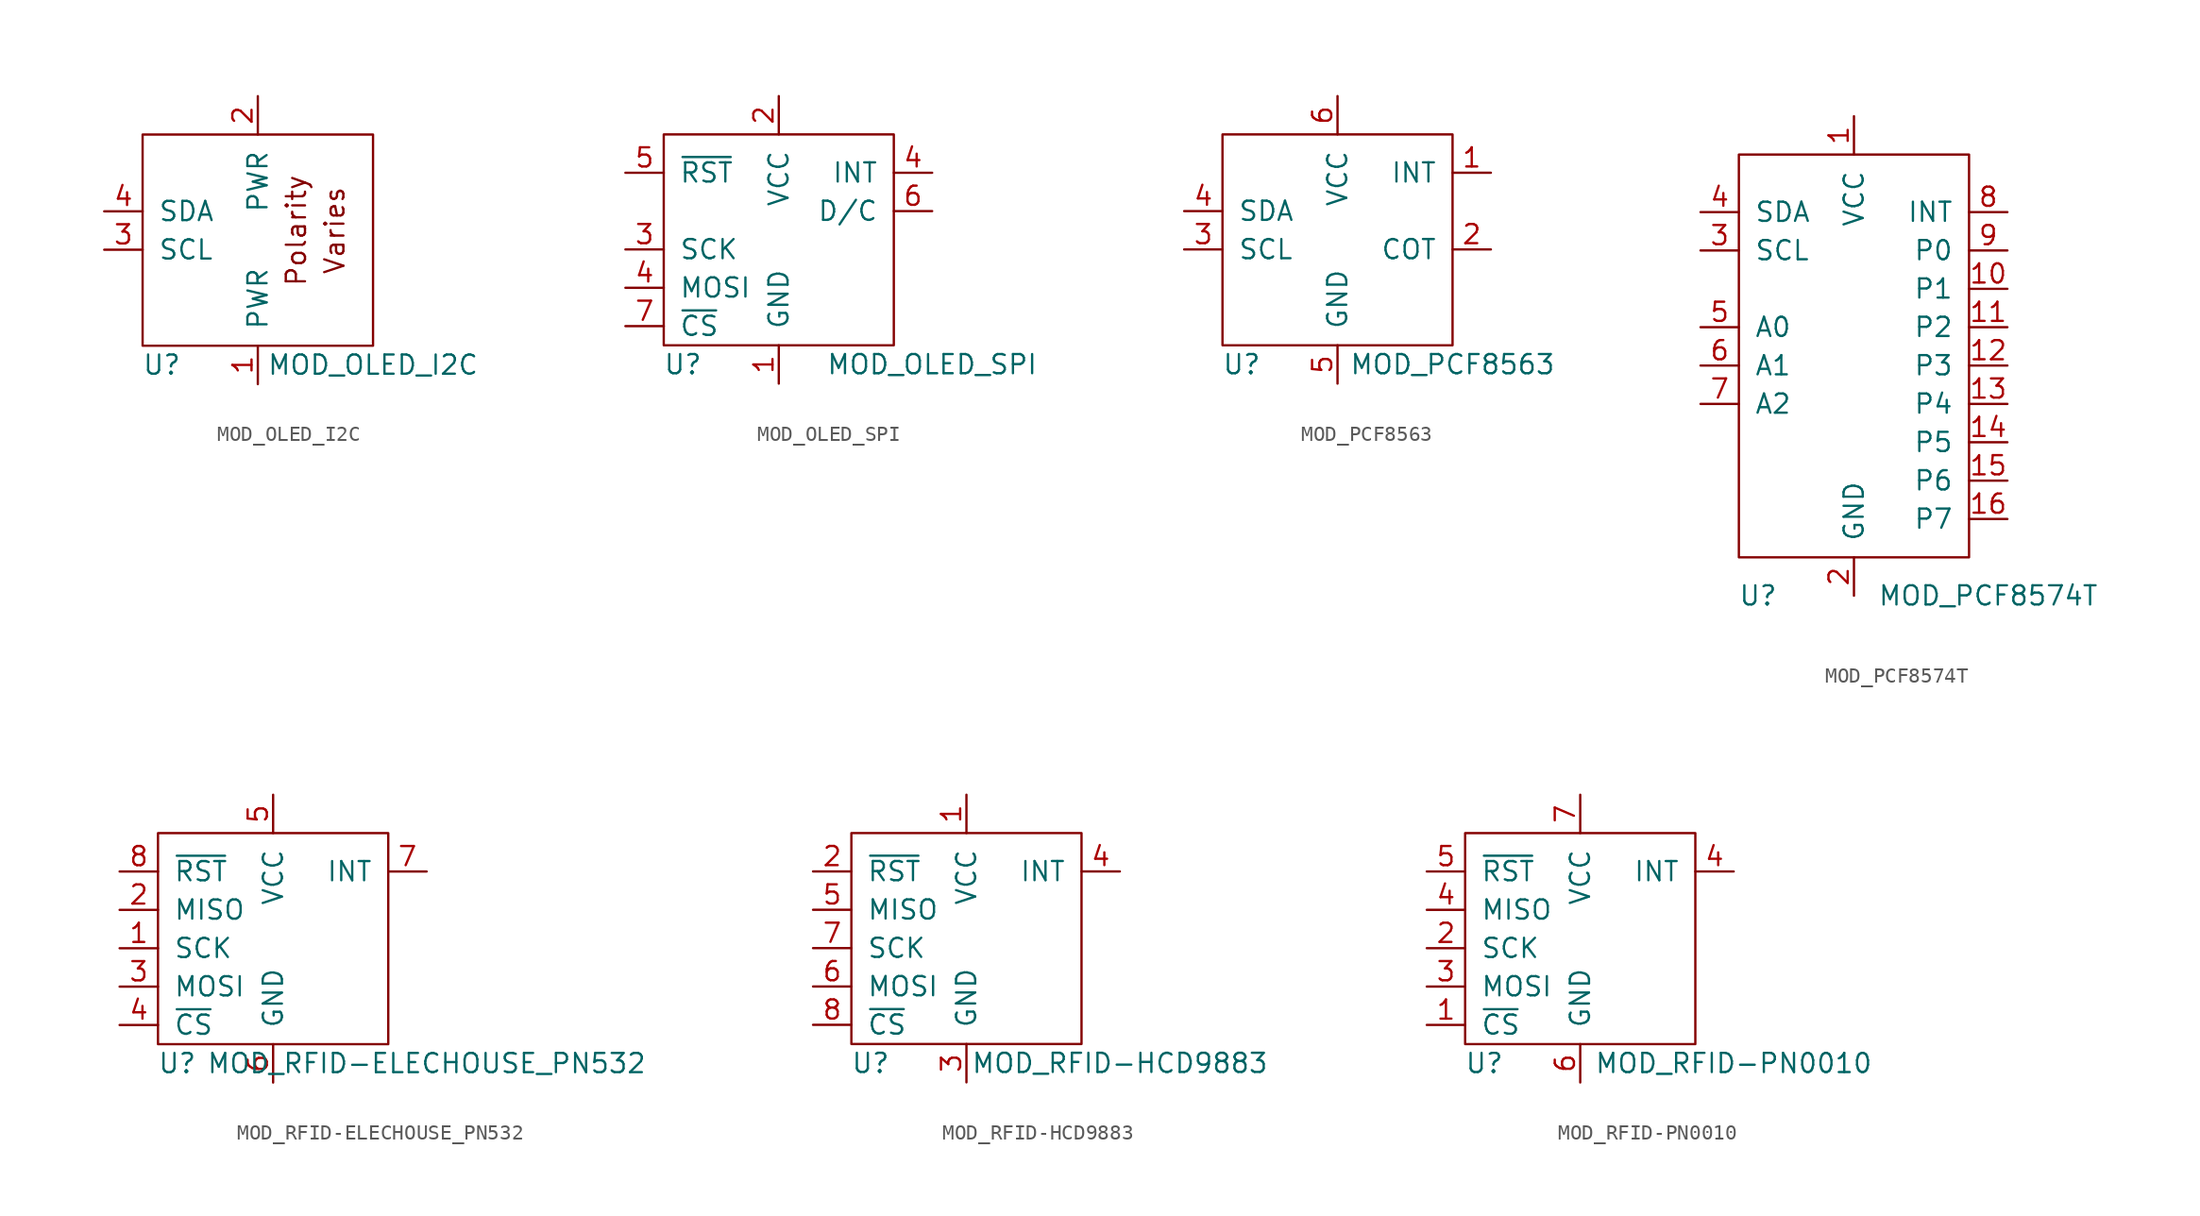
<source format=kicad_sym>
(kicad_symbol_lib
  (version 20211014)
  (generator kicad_symbol_editor)
  (symbol "MOD_OLED_I2C"
    (pin_names
      (offset 1.016))
    (property "Reference" "U"
      (at -6.35 -8.89 0)
      (effects (font (size 1.27 1.27))))
    (property "Value" "MOD_OLED_I2C"
      (at 7.62 -8.89 0)
      (effects (font (size 1.27 1.27))))
    (symbol "MOD_OLED_I2C_0_0"
      (text "Polarity" (at 2.54 0 900) (effects (font (size 1.27 1.27))))
      (text "Varies" (at 5.08 0 900) (effects (font (size 1.27 1.27)))))
    (symbol "MOD_OLED_I2C_0_1"
      (rectangle (start -7.62 6.35) (end 7.62 -7.62) (stroke (width 0) (type default) (color 0 0 0 0)) (fill (type none))))
    (symbol "MOD_OLED_I2C_1_1"
      (pin power_in line (at 0 -10.16 90) (length 2.54) (name "PWR" (effects (font (size 1.27 1.27)))) (number "1" (effects (font (size 1.27 1.27)))))
      (pin power_in line (at 0 8.89 270) (length 2.54) (name "PWR" (effects (font (size 1.27 1.27)))) (number "2" (effects (font (size 1.27 1.27)))))
      (pin bidirectional line (at -10.16 -1.27 0) (length 2.54) (name "SCL" (effects (font (size 1.27 1.27)))) (number "3" (effects (font (size 1.27 1.27)))))
      (pin bidirectional line (at -10.16 1.27 0) (length 2.54) (name "SDA" (effects (font (size 1.27 1.27)))) (number "4" (effects (font (size 1.27 1.27)))))))
  (symbol "MOD_OLED_SPI"
    (pin_names
      (offset 1.016))
    (property "Reference" "U"
      (at -6.35 -8.89 0)
      (effects (font (size 1.27 1.27))))
    (property "Value" "MOD_OLED_SPI"
      (at 10.16 -8.89 0)
      (effects (font (size 1.27 1.27))))
    (symbol "MOD_OLED_SPI_1_1"
      (rectangle (start -7.62 6.35) (end 7.62 -7.62) (stroke (width 0) (type default) (color 0 0 0 0)) (fill (type none)))
      (pin power_in line (at 0 -10.16 90) (length 2.54) (name "GND" (effects (font (size 1.27 1.27)))) (number "1" (effects (font (size 1.27 1.27)))))
      (pin power_in line (at 0 8.89 270) (length 2.54) (name "VCC" (effects (font (size 1.27 1.27)))) (number "2" (effects (font (size 1.27 1.27)))))
      (pin input line (at -10.16 -1.27 0) (length 2.54) (name "SCK" (effects (font (size 1.27 1.27)))) (number "3" (effects (font (size 1.27 1.27)))))
      (pin output line (at 10.16 3.81 180) (length 2.54) (name "INT" (effects (font (size 1.27 1.27)))) (number "4" (effects (font (size 1.27 1.27)))))
      (pin input line (at -10.16 -3.81 0) (length 2.54) (name "MOSI" (effects (font (size 1.27 1.27)))) (number "4" (effects (font (size 1.27 1.27)))))
      (pin input line (at -10.16 3.81 0) (length 2.54) (name "~{RST}" (effects (font (size 1.27 1.27)))) (number "5" (effects (font (size 1.27 1.27)))))
      (pin input line (at 10.16 1.27 180) (length 2.54) (name "D/C" (effects (font (size 1.27 1.27)))) (number "6" (effects (font (size 1.27 1.27)))))
      (pin input line (at -10.16 -6.35 0) (length 2.54) (name "~{CS}" (effects (font (size 1.27 1.27)))) (number "7" (effects (font (size 1.27 1.27)))))))
  (symbol "MOD_PCF8563"
    (pin_names
      (offset 1.016))
    (property "Reference" "U"
      (at -6.35 -8.89 0)
      (effects (font (size 1.27 1.27))))
    (property "Value" "MOD_PCF8563"
      (at 7.62 -8.89 0)
      (effects (font (size 1.27 1.27))))
    (symbol "MOD_PCF8563_0_1"
      (rectangle (start -7.62 6.35) (end 7.62 -7.62) (stroke (width 0) (type default) (color 0 0 0 0)) (fill (type none))))
    (symbol "MOD_PCF8563_1_1"
      (pin output line (at 10.16 3.81 180) (length 2.54) (name "INT" (effects (font (size 1.27 1.27)))) (number "1" (effects (font (size 1.27 1.27)))))
      (pin output line (at 10.16 -1.27 180) (length 2.54) (name "COT" (effects (font (size 1.27 1.27)))) (number "2" (effects (font (size 1.27 1.27)))))
      (pin bidirectional line (at -10.16 -1.27 0) (length 2.54) (name "SCL" (effects (font (size 1.27 1.27)))) (number "3" (effects (font (size 1.27 1.27)))))
      (pin bidirectional line (at -10.16 1.27 0) (length 2.54) (name "SDA" (effects (font (size 1.27 1.27)))) (number "4" (effects (font (size 1.27 1.27)))))
      (pin power_in line (at 0 -10.16 90) (length 2.54) (name "GND" (effects (font (size 1.27 1.27)))) (number "5" (effects (font (size 1.27 1.27)))))
      (pin power_in line (at 0 8.89 270) (length 2.54) (name "VCC" (effects (font (size 1.27 1.27)))) (number "6" (effects (font (size 1.27 1.27)))))))
  (symbol "MOD_PCF8574T"
    (pin_names
      (offset 1.016))
    (property "Reference" "U"
      (at -6.35 -15.24 0)
      (effects (font (size 1.27 1.27))))
    (property "Value" "MOD_PCF8574T"
      (at 8.89 -15.24 0)
      (effects (font (size 1.27 1.27))))
    (symbol "MOD_PCF8574T_0_1"
      (rectangle (start -7.62 13.97) (end 7.62 -12.7) (stroke (width 0) (type default) (color 0 0 0 0)) (fill (type none))))
    (symbol "MOD_PCF8574T_1_1"
      (pin power_in line (at 0 16.51 270) (length 2.54) (name "VCC" (effects (font (size 1.27 1.27)))) (number "1" (effects (font (size 1.27 1.27)))))
      (pin input line (at 10.16 5.08 180) (length 2.54) (name "P1" (effects (font (size 1.27 1.27)))) (number "10" (effects (font (size 1.27 1.27)))))
      (pin input line (at 10.16 2.54 180) (length 2.54) (name "P2" (effects (font (size 1.27 1.27)))) (number "11" (effects (font (size 1.27 1.27)))))
      (pin input line (at 10.16 0 180) (length 2.54) (name "P3" (effects (font (size 1.27 1.27)))) (number "12" (effects (font (size 1.27 1.27)))))
      (pin input line (at 10.16 -2.54 180) (length 2.54) (name "P4" (effects (font (size 1.27 1.27)))) (number "13" (effects (font (size 1.27 1.27)))))
      (pin input line (at 10.16 -5.08 180) (length 2.54) (name "P5" (effects (font (size 1.27 1.27)))) (number "14" (effects (font (size 1.27 1.27)))))
      (pin input line (at 10.16 -7.62 180) (length 2.54) (name "P6" (effects (font (size 1.27 1.27)))) (number "15" (effects (font (size 1.27 1.27)))))
      (pin input line (at 10.16 -10.16 180) (length 2.54) (name "P7" (effects (font (size 1.27 1.27)))) (number "16" (effects (font (size 1.27 1.27)))))
      (pin power_in line (at 0 -15.24 90) (length 2.54) (name "GND" (effects (font (size 1.27 1.27)))) (number "2" (effects (font (size 1.27 1.27)))))
      (pin bidirectional line (at -10.16 7.62 0) (length 2.54) (name "SCL" (effects (font (size 1.27 1.27)))) (number "3" (effects (font (size 1.27 1.27)))))
      (pin bidirectional line (at -10.16 10.16 0) (length 2.54) (name "SDA" (effects (font (size 1.27 1.27)))) (number "4" (effects (font (size 1.27 1.27)))))
      (pin input line (at -10.16 2.54 0) (length 2.54) (name "A0" (effects (font (size 1.27 1.27)))) (number "5" (effects (font (size 1.27 1.27)))))
      (pin input line (at -10.16 0 0) (length 2.54) (name "A1" (effects (font (size 1.27 1.27)))) (number "6" (effects (font (size 1.27 1.27)))))
      (pin input line (at -10.16 -2.54 0) (length 2.54) (name "A2" (effects (font (size 1.27 1.27)))) (number "7" (effects (font (size 1.27 1.27)))))
      (pin bidirectional line (at 10.16 10.16 180) (length 2.54) (name "INT" (effects (font (size 1.27 1.27)))) (number "8" (effects (font (size 1.27 1.27)))))
      (pin input line (at 10.16 7.62 180) (length 2.54) (name "P0" (effects (font (size 1.27 1.27)))) (number "9" (effects (font (size 1.27 1.27)))))))
  (symbol "MOD_RFID-ELECHOUSE_PN532"
    (pin_names
      (offset 1.016))
    (property "Reference" "U"
      (at -6.35 -8.89 0)
      (effects (font (size 1.27 1.27))))
    (property "Value" "MOD_RFID-ELECHOUSE_PN532"
      (at 10.16 -8.89 0)
      (effects (font (size 1.27 1.27))))
    (symbol "MOD_RFID-ELECHOUSE_PN532_1_1"
      (rectangle (start -7.62 6.35) (end 7.62 -7.62) (stroke (width 0) (type default) (color 0 0 0 0)) (fill (type none)))
      (pin input line (at -10.16 -1.27 0) (length 2.54) (name "SCK" (effects (font (size 1.27 1.27)))) (number "1" (effects (font (size 1.27 1.27)))))
      (pin output line (at -10.16 1.27 0) (length 2.54) (name "MISO" (effects (font (size 1.27 1.27)))) (number "2" (effects (font (size 1.27 1.27)))))
      (pin input line (at -10.16 -3.81 0) (length 2.54) (name "MOSI" (effects (font (size 1.27 1.27)))) (number "3" (effects (font (size 1.27 1.27)))))
      (pin input line (at -10.16 -6.35 0) (length 2.54) (name "~{CS}" (effects (font (size 1.27 1.27)))) (number "4" (effects (font (size 1.27 1.27)))))
      (pin power_in line (at 0 8.89 270) (length 2.54) (name "VCC" (effects (font (size 1.27 1.27)))) (number "5" (effects (font (size 1.27 1.27)))))
      (pin power_in line (at 0 -10.16 90) (length 2.54) (name "GND" (effects (font (size 1.27 1.27)))) (number "6" (effects (font (size 1.27 1.27)))))
      (pin output line (at 10.16 3.81 180) (length 2.54) (name "INT" (effects (font (size 1.27 1.27)))) (number "7" (effects (font (size 1.27 1.27)))))
      (pin input line (at -10.16 3.81 0) (length 2.54) (name "~{RST}" (effects (font (size 1.27 1.27)))) (number "8" (effects (font (size 1.27 1.27)))))))
  (symbol "MOD_RFID-HCD9883"
    (pin_names
      (offset 1.016))
    (property "Reference" "U"
      (at -6.35 -8.89 0)
      (effects (font (size 1.27 1.27))))
    (property "Value" "MOD_RFID-HCD9883"
      (at 10.16 -8.89 0)
      (effects (font (size 1.27 1.27))))
    (symbol "MOD_RFID-HCD9883_1_1"
      (rectangle (start -7.62 6.35) (end 7.62 -7.62) (stroke (width 0) (type default) (color 0 0 0 0)) (fill (type none)))
      (pin power_in line (at 0 8.89 270) (length 2.54) (name "VCC" (effects (font (size 1.27 1.27)))) (number "1" (effects (font (size 1.27 1.27)))))
      (pin input line (at -10.16 3.81 0) (length 2.54) (name "~{RST}" (effects (font (size 1.27 1.27)))) (number "2" (effects (font (size 1.27 1.27)))))
      (pin power_in line (at 0 -10.16 90) (length 2.54) (name "GND" (effects (font (size 1.27 1.27)))) (number "3" (effects (font (size 1.27 1.27)))))
      (pin output line (at 10.16 3.81 180) (length 2.54) (name "INT" (effects (font (size 1.27 1.27)))) (number "4" (effects (font (size 1.27 1.27)))))
      (pin output line (at -10.16 1.27 0) (length 2.54) (name "MISO" (effects (font (size 1.27 1.27)))) (number "5" (effects (font (size 1.27 1.27)))))
      (pin input line (at -10.16 -3.81 0) (length 2.54) (name "MOSI" (effects (font (size 1.27 1.27)))) (number "6" (effects (font (size 1.27 1.27)))))
      (pin input line (at -10.16 -1.27 0) (length 2.54) (name "SCK" (effects (font (size 1.27 1.27)))) (number "7" (effects (font (size 1.27 1.27)))))
      (pin input line (at -10.16 -6.35 0) (length 2.54) (name "~{CS}" (effects (font (size 1.27 1.27)))) (number "8" (effects (font (size 1.27 1.27)))))))
  (symbol "MOD_RFID-PN0010"
    (pin_names
      (offset 1.016))
    (property "Reference" "U"
      (at -6.35 -8.89 0)
      (effects (font (size 1.27 1.27))))
    (property "Value" "MOD_RFID-PN0010"
      (at 10.16 -8.89 0)
      (effects (font (size 1.27 1.27))))
    (symbol "MOD_RFID-PN0010_1_1"
      (rectangle (start -7.62 6.35) (end 7.62 -7.62) (stroke (width 0) (type default) (color 0 0 0 0)) (fill (type none)))
      (pin input line (at -10.16 -6.35 0) (length 2.54) (name "~{CS}" (effects (font (size 1.27 1.27)))) (number "1" (effects (font (size 1.27 1.27)))))
      (pin input line (at -10.16 -1.27 0) (length 2.54) (name "SCK" (effects (font (size 1.27 1.27)))) (number "2" (effects (font (size 1.27 1.27)))))
      (pin input line (at -10.16 -3.81 0) (length 2.54) (name "MOSI" (effects (font (size 1.27 1.27)))) (number "3" (effects (font (size 1.27 1.27)))))
      (pin output line (at 10.16 3.81 180) (length 2.54) (name "INT" (effects (font (size 1.27 1.27)))) (number "4" (effects (font (size 1.27 1.27)))))
      (pin output line (at -10.16 1.27 0) (length 2.54) (name "MISO" (effects (font (size 1.27 1.27)))) (number "4" (effects (font (size 1.27 1.27)))))
      (pin input line (at -10.16 3.81 0) (length 2.54) (name "~{RST}" (effects (font (size 1.27 1.27)))) (number "5" (effects (font (size 1.27 1.27)))))
      (pin power_in line (at 0 -10.16 90) (length 2.54) (name "GND" (effects (font (size 1.27 1.27)))) (number "6" (effects (font (size 1.27 1.27)))))
      (pin power_in line (at 0 8.89 270) (length 2.54) (name "VCC" (effects (font (size 1.27 1.27)))) (number "7" (effects (font (size 1.27 1.27))))))))
</source>
